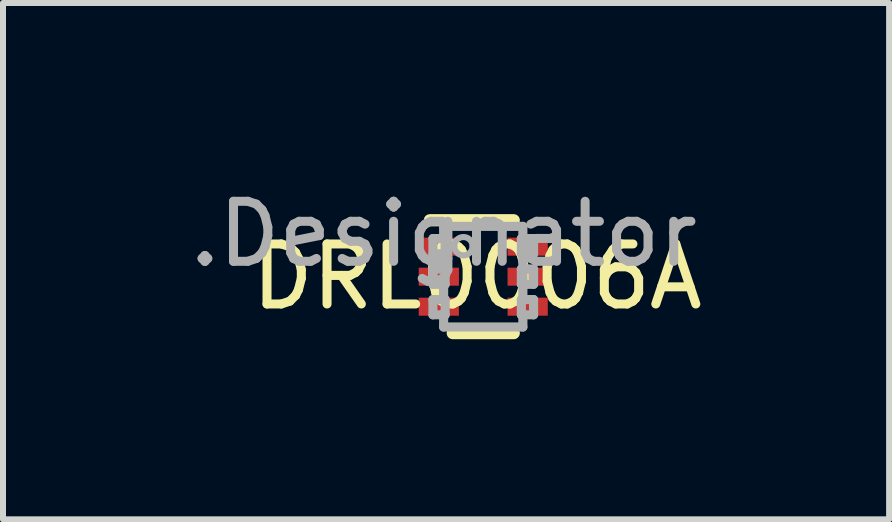
<source format=kicad_pcb>
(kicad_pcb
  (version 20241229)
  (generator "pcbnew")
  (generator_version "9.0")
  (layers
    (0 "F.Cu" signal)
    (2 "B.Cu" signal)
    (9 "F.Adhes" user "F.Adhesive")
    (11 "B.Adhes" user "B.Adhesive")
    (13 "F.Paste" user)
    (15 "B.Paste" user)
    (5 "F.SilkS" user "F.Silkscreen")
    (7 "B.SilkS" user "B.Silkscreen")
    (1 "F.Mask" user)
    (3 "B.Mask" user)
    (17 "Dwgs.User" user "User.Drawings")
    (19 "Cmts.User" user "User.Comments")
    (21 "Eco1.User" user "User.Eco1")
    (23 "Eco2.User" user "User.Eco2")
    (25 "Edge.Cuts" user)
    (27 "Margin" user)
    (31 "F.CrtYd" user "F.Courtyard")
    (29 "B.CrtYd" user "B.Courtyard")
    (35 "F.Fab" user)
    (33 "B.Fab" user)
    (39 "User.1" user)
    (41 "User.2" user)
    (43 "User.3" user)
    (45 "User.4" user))
  (footprint "DRL0006A"
    (layer "F.Cu")
    (at 5 1.559)
    (property "Reference" "DRL0006A" (at -0.102 0 0) (layer "F.SilkS") (effects (font (size 1 1) (thickness 0.15))))
    (attr smd)
    (fp_line (start -0.889 -0.94) (end 0.508 -0.94) (stroke (width 0.203) (type solid)) (layer "F.SilkS"))
    (fp_line (start -0.508 0.94) (end 0.508 0.94) (stroke (width 0.203) (type solid)) (layer "F.SilkS"))
    (fp_line (start -0.838 -0.635) (end -0.635 -0.635) (stroke (width 0.152) (type solid)) (layer "F.Fab"))
    (fp_line (start -0.838 -0.381) (end -0.838 -0.635) (stroke (width 0.152) (type solid)) (layer "F.Fab"))
    (fp_line (start -0.838 -0.381) (end -0.635 -0.381) (stroke (width 0.152) (type solid)) (layer "F.Fab"))
    (fp_line (start -0.838 -0.127) (end -0.635 -0.127) (stroke (width 0.152) (type solid)) (layer "F.Fab"))
    (fp_line (start -0.838 0.127) (end -0.838 -0.127) (stroke (width 0.152) (type solid)) (layer "F.Fab"))
    (fp_line (start -0.838 0.127) (end -0.635 0.127) (stroke (width 0.152) (type solid)) (layer "F.Fab"))
    (fp_line (start -0.838 0.381) (end -0.635 0.381) (stroke (width 0.152) (type solid)) (layer "F.Fab"))
    (fp_line (start -0.838 0.635) (end -0.838 0.381) (stroke (width 0.152) (type solid)) (layer "F.Fab"))
    (fp_line (start -0.838 0.635) (end -0.635 0.635) (stroke (width 0.152) (type solid)) (layer "F.Fab"))
    (fp_line (start -0.66 -0.838) (end 0.66 -0.838) (stroke (width 0.152) (type solid)) (layer "F.Fab"))
    (fp_line (start -0.66 -0.635) (end -0.66 -0.838) (stroke (width 0.152) (type solid)) (layer "F.Fab"))
    (fp_line (start -0.66 -0.127) (end -0.66 -0.381) (stroke (width 0.152) (type solid)) (layer "F.Fab"))
    (fp_line (start -0.66 0.381) (end -0.66 0.127) (stroke (width 0.152) (type solid)) (layer "F.Fab"))
    (fp_line (start -0.66 0.838) (end -0.66 0.635) (stroke (width 0.152) (type solid)) (layer "F.Fab"))
    (fp_line (start -0.66 0.838) (end 0.66 0.838) (stroke (width 0.152) (type solid)) (layer "F.Fab"))
    (fp_line (start -0.635 -0.381) (end -0.635 -0.635) (stroke (width 0.152) (type solid)) (layer "F.Fab"))
    (fp_line (start -0.635 0.127) (end -0.635 -0.127) (stroke (width 0.152) (type solid)) (layer "F.Fab"))
    (fp_line (start -0.635 0.635) (end -0.635 0.381) (stroke (width 0.152) (type solid)) (layer "F.Fab"))
    (fp_line (start 0.635 -0.635) (end 0.838 -0.635) (stroke (width 0.152) (type solid)) (layer "F.Fab"))
    (fp_line (start 0.635 -0.381) (end 0.635 -0.635) (stroke (width 0.152) (type solid)) (layer "F.Fab"))
    (fp_line (start 0.635 -0.381) (end 0.838 -0.381) (stroke (width 0.152) (type solid)) (layer "F.Fab"))
    (fp_line (start 0.635 -0.127) (end 0.838 -0.127) (stroke (width 0.152) (type solid)) (layer "F.Fab"))
    (fp_line (start 0.635 0.127) (end 0.635 -0.127) (stroke (width 0.152) (type solid)) (layer "F.Fab"))
    (fp_line (start 0.635 0.127) (end 0.838 0.127) (stroke (width 0.152) (type solid)) (layer "F.Fab"))
    (fp_line (start 0.635 0.381) (end 0.838 0.381) (stroke (width 0.152) (type solid)) (layer "F.Fab"))
    (fp_line (start 0.635 0.635) (end 0.635 0.381) (stroke (width 0.152) (type solid)) (layer "F.Fab"))
    (fp_line (start 0.635 0.635) (end 0.838 0.635) (stroke (width 0.152) (type solid)) (layer "F.Fab"))
    (fp_line (start 0.66 -0.635) (end 0.66 -0.838) (stroke (width 0.152) (type solid)) (layer "F.Fab"))
    (fp_line (start 0.66 0.381) (end 0.66 -0.381) (stroke (width 0.152) (type solid)) (layer "F.Fab"))
    (fp_line (start 0.66 0.838) (end 0.66 0.635) (stroke (width 0.152) (type solid)) (layer "F.Fab"))
    (fp_line (start 0.838 -0.381) (end 0.838 -0.635) (stroke (width 0.152) (type solid)) (layer "F.Fab"))
    (fp_line (start 0.838 0.127) (end 0.838 -0.127) (stroke (width 0.152) (type solid)) (layer "F.Fab"))
    (fp_line (start 0.838 0.635) (end 0.838 0.381) (stroke (width 0.152) (type solid)) (layer "F.Fab"))
    (fp_arc (start -0.4826 -0.508) (mid -0.3302 -0.6604) (end -0.1778 -0.508) (stroke (width 0.1016) (type solid)) (layer "F.Fab"))
    (fp_arc (start -0.1778 -0.508) (mid -0.3302 -0.3556) (end -0.4826 -0.508) (stroke (width 0.1016) (type solid)) (layer "F.Fab"))
    (fp_text user ".Designator" (at -0.66 -0.711 0) (layer "F.Fab") (effects (font (size 1 1) (thickness 0.15))))
    (pad "1" smd rect (at -0.74 -0.5 90) (size 0.3 0.67) (layers "F.Cu" "F.Mask" "F.Paste"))
    (pad "2" smd rect (at -0.74 -0.000003 90) (size 0.3 0.67) (layers "F.Cu" "F.Mask" "F.Paste"))
    (pad "3" smd rect (at -0.74 0.5 90) (size 0.3 0.67) (layers "F.Cu" "F.Mask" "F.Paste"))
    (pad "4" smd rect (at 0.74 0.5 90) (size 0.3 0.67) (layers "F.Cu" "F.Mask" "F.Paste"))
    (pad "5" smd rect (at 0.74 -0.000003 90) (size 0.3 0.67) (layers "F.Cu" "F.Mask" "F.Paste"))
    (pad "6" smd rect (at 0.74 -0.5 90) (size 0.3 0.67) (layers "F.Cu" "F.Mask" "F.Paste")))
  (gr_rect
    (start -3 -3)
    (end 11.761 5.601)
    (stroke (width 0.1) (type default))
    (fill no)
    (layer "Edge.Cuts")))
</source>
